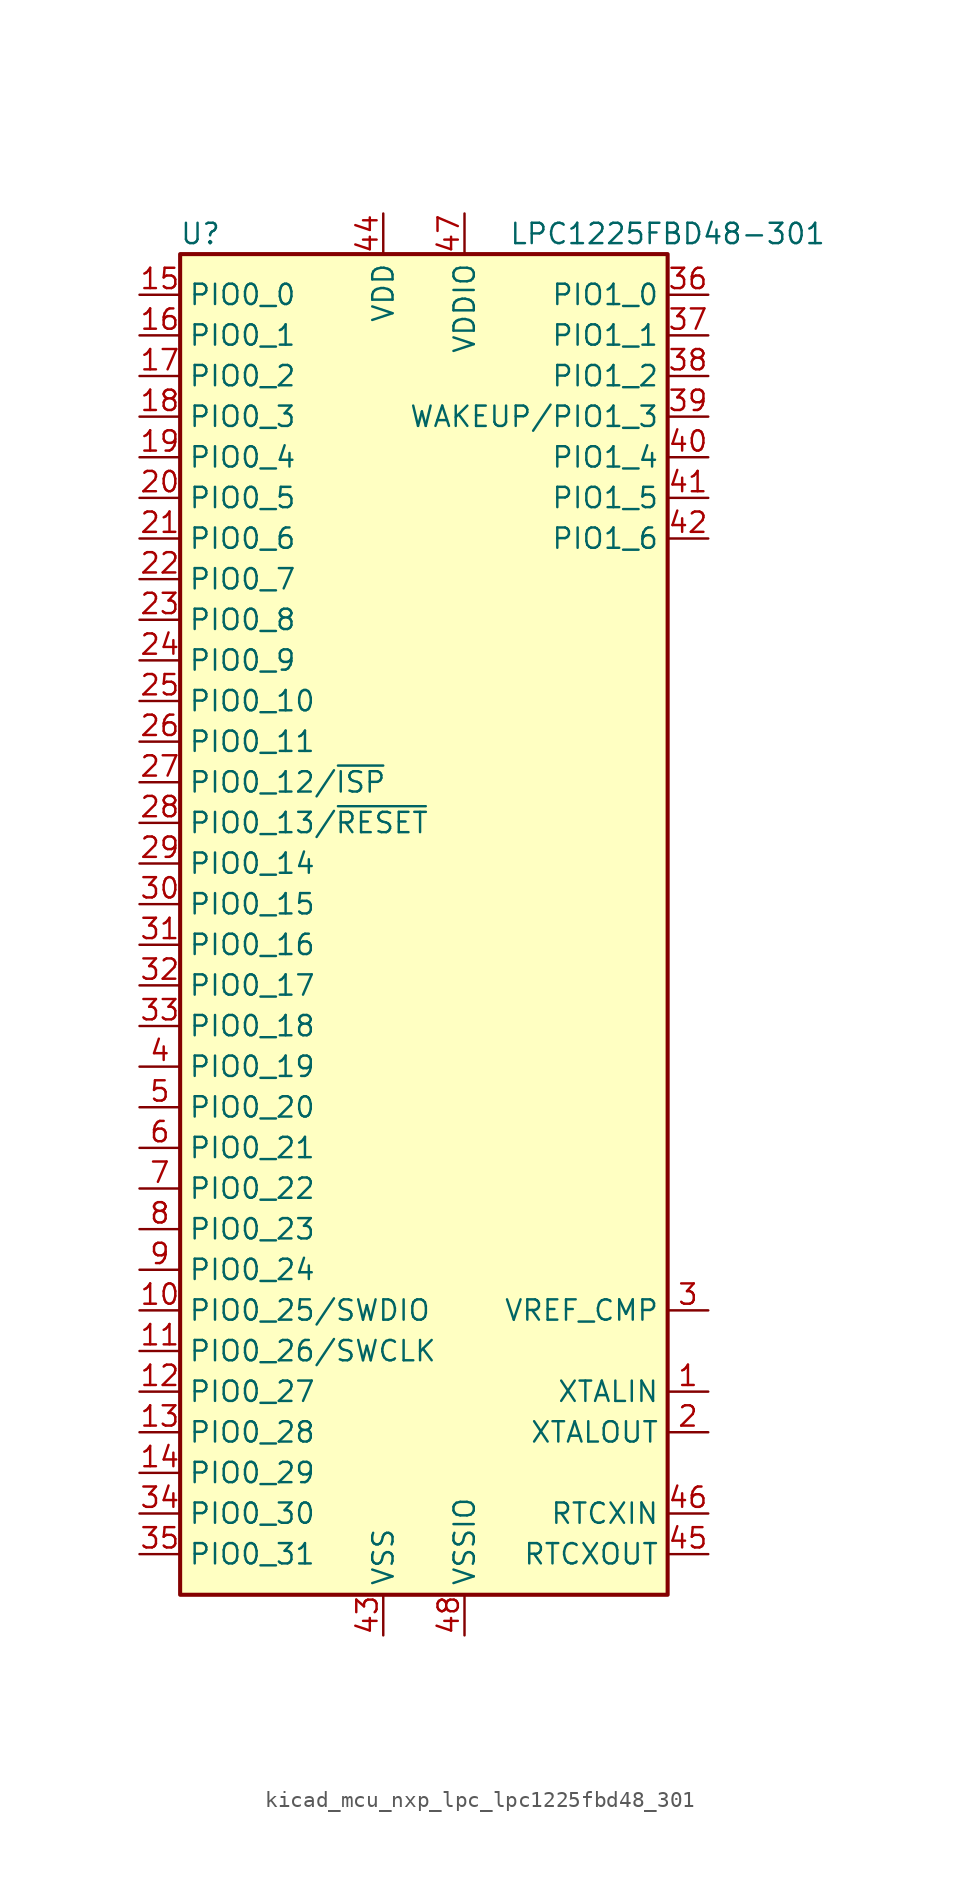
<source format=kicad_sym>
(kicad_symbol_lib
  (version 20220914)
  (generator kicad_symbol_editor)
  (symbol "kicad_mcu_nxp_lpc_lpc1225fbd48_301"
    (property "Reference" "U"
      (at -13.97 44.45 0)
      (effects (font (size 1.27 1.27))))
    (property "Value" "LPC1225FBD48-301"
      (at 15.24 44.45 0)
      (effects (font (size 1.27 1.27))))
    (symbol "kicad_mcu_nxp_lpc_lpc1225fbd48_301_0_1"
      (rectangle (start -15.24 43.18) (end 15.24 -40.64) (stroke (width 0.254) (type default)) (fill (type background))))
    (symbol "kicad_mcu_nxp_lpc_lpc1225fbd48_301_1_1"
      (pin input line (at 17.78 -27.94 180) (length 2.54) (name "XTALIN" (effects (font (size 1.27 1.27)))) (number "1" (effects (font (size 1.27 1.27)))))
      (pin bidirectional line (at -17.78 -22.86 0) (length 2.54) (name "PIO0_25/SWDIO" (effects (font (size 1.27 1.27)))) (number "10" (effects (font (size 1.27 1.27)))))
      (pin bidirectional line (at -17.78 -25.4 0) (length 2.54) (name "PIO0_26/SWCLK" (effects (font (size 1.27 1.27)))) (number "11" (effects (font (size 1.27 1.27)))))
      (pin bidirectional line (at -17.78 -27.94 0) (length 2.54) (name "PIO0_27" (effects (font (size 1.27 1.27)))) (number "12" (effects (font (size 1.27 1.27)))))
      (pin bidirectional line (at -17.78 -30.48 0) (length 2.54) (name "PIO0_28" (effects (font (size 1.27 1.27)))) (number "13" (effects (font (size 1.27 1.27)))))
      (pin bidirectional line (at -17.78 -33.02 0) (length 2.54) (name "PIO0_29" (effects (font (size 1.27 1.27)))) (number "14" (effects (font (size 1.27 1.27)))))
      (pin bidirectional line (at -17.78 40.64 0) (length 2.54) (name "PIO0_0" (effects (font (size 1.27 1.27)))) (number "15" (effects (font (size 1.27 1.27)))))
      (pin bidirectional line (at -17.78 38.1 0) (length 2.54) (name "PIO0_1" (effects (font (size 1.27 1.27)))) (number "16" (effects (font (size 1.27 1.27)))))
      (pin bidirectional line (at -17.78 35.56 0) (length 2.54) (name "PIO0_2" (effects (font (size 1.27 1.27)))) (number "17" (effects (font (size 1.27 1.27)))))
      (pin bidirectional line (at -17.78 33.02 0) (length 2.54) (name "PIO0_3" (effects (font (size 1.27 1.27)))) (number "18" (effects (font (size 1.27 1.27)))))
      (pin bidirectional line (at -17.78 30.48 0) (length 2.54) (name "PIO0_4" (effects (font (size 1.27 1.27)))) (number "19" (effects (font (size 1.27 1.27)))))
      (pin output line (at 17.78 -30.48 180) (length 2.54) (name "XTALOUT" (effects (font (size 1.27 1.27)))) (number "2" (effects (font (size 1.27 1.27)))))
      (pin bidirectional line (at -17.78 27.94 0) (length 2.54) (name "PIO0_5" (effects (font (size 1.27 1.27)))) (number "20" (effects (font (size 1.27 1.27)))))
      (pin bidirectional line (at -17.78 25.4 0) (length 2.54) (name "PIO0_6" (effects (font (size 1.27 1.27)))) (number "21" (effects (font (size 1.27 1.27)))))
      (pin bidirectional line (at -17.78 22.86 0) (length 2.54) (name "PIO0_7" (effects (font (size 1.27 1.27)))) (number "22" (effects (font (size 1.27 1.27)))))
      (pin bidirectional line (at -17.78 20.32 0) (length 2.54) (name "PIO0_8" (effects (font (size 1.27 1.27)))) (number "23" (effects (font (size 1.27 1.27)))))
      (pin bidirectional line (at -17.78 17.78 0) (length 2.54) (name "PIO0_9" (effects (font (size 1.27 1.27)))) (number "24" (effects (font (size 1.27 1.27)))))
      (pin bidirectional line (at -17.78 15.24 0) (length 2.54) (name "PIO0_10" (effects (font (size 1.27 1.27)))) (number "25" (effects (font (size 1.27 1.27)))))
      (pin bidirectional line (at -17.78 12.7 0) (length 2.54) (name "PIO0_11" (effects (font (size 1.27 1.27)))) (number "26" (effects (font (size 1.27 1.27)))))
      (pin bidirectional line (at -17.78 10.16 0) (length 2.54) (name "PIO0_12/~{ISP}" (effects (font (size 1.27 1.27)))) (number "27" (effects (font (size 1.27 1.27)))))
      (pin bidirectional line (at -17.78 7.62 0) (length 2.54) (name "PIO0_13/~{RESET}" (effects (font (size 1.27 1.27)))) (number "28" (effects (font (size 1.27 1.27)))))
      (pin bidirectional line (at -17.78 5.08 0) (length 2.54) (name "PIO0_14" (effects (font (size 1.27 1.27)))) (number "29" (effects (font (size 1.27 1.27)))))
      (pin input line (at 17.78 -22.86 180) (length 2.54) (name "VREF_CMP" (effects (font (size 1.27 1.27)))) (number "3" (effects (font (size 1.27 1.27)))))
      (pin bidirectional line (at -17.78 2.54 0) (length 2.54) (name "PIO0_15" (effects (font (size 1.27 1.27)))) (number "30" (effects (font (size 1.27 1.27)))))
      (pin bidirectional line (at -17.78 0 0) (length 2.54) (name "PIO0_16" (effects (font (size 1.27 1.27)))) (number "31" (effects (font (size 1.27 1.27)))))
      (pin bidirectional line (at -17.78 -2.54 0) (length 2.54) (name "PIO0_17" (effects (font (size 1.27 1.27)))) (number "32" (effects (font (size 1.27 1.27)))))
      (pin bidirectional line (at -17.78 -5.08 0) (length 2.54) (name "PIO0_18" (effects (font (size 1.27 1.27)))) (number "33" (effects (font (size 1.27 1.27)))))
      (pin bidirectional line (at -17.78 -35.56 0) (length 2.54) (name "PIO0_30" (effects (font (size 1.27 1.27)))) (number "34" (effects (font (size 1.27 1.27)))))
      (pin bidirectional line (at -17.78 -38.1 0) (length 2.54) (name "PIO0_31" (effects (font (size 1.27 1.27)))) (number "35" (effects (font (size 1.27 1.27)))))
      (pin bidirectional line (at 17.78 40.64 180) (length 2.54) (name "PIO1_0" (effects (font (size 1.27 1.27)))) (number "36" (effects (font (size 1.27 1.27)))))
      (pin bidirectional line (at 17.78 38.1 180) (length 2.54) (name "PIO1_1" (effects (font (size 1.27 1.27)))) (number "37" (effects (font (size 1.27 1.27)))))
      (pin bidirectional line (at 17.78 35.56 180) (length 2.54) (name "PIO1_2" (effects (font (size 1.27 1.27)))) (number "38" (effects (font (size 1.27 1.27)))))
      (pin bidirectional line (at 17.78 33.02 180) (length 2.54) (name "WAKEUP/PIO1_3" (effects (font (size 1.27 1.27)))) (number "39" (effects (font (size 1.27 1.27)))))
      (pin bidirectional line (at -17.78 -7.62 0) (length 2.54) (name "PIO0_19" (effects (font (size 1.27 1.27)))) (number "4" (effects (font (size 1.27 1.27)))))
      (pin bidirectional line (at 17.78 30.48 180) (length 2.54) (name "PIO1_4" (effects (font (size 1.27 1.27)))) (number "40" (effects (font (size 1.27 1.27)))))
      (pin bidirectional line (at 17.78 27.94 180) (length 2.54) (name "PIO1_5" (effects (font (size 1.27 1.27)))) (number "41" (effects (font (size 1.27 1.27)))))
      (pin bidirectional line (at 17.78 25.4 180) (length 2.54) (name "PIO1_6" (effects (font (size 1.27 1.27)))) (number "42" (effects (font (size 1.27 1.27)))))
      (pin power_in line (at -2.54 -43.18 90) (length 2.54) (name "VSS" (effects (font (size 1.27 1.27)))) (number "43" (effects (font (size 1.27 1.27)))))
      (pin power_in line (at -2.54 45.72 270) (length 2.54) (name "VDD" (effects (font (size 1.27 1.27)))) (number "44" (effects (font (size 1.27 1.27)))))
      (pin output line (at 17.78 -38.1 180) (length 2.54) (name "RTCXOUT" (effects (font (size 1.27 1.27)))) (number "45" (effects (font (size 1.27 1.27)))))
      (pin input line (at 17.78 -35.56 180) (length 2.54) (name "RTCXIN" (effects (font (size 1.27 1.27)))) (number "46" (effects (font (size 1.27 1.27)))))
      (pin power_in line (at 2.54 45.72 270) (length 2.54) (name "VDDIO" (effects (font (size 1.27 1.27)))) (number "47" (effects (font (size 1.27 1.27)))))
      (pin power_in line (at 2.54 -43.18 90) (length 2.54) (name "VSSIO" (effects (font (size 1.27 1.27)))) (number "48" (effects (font (size 1.27 1.27)))))
      (pin bidirectional line (at -17.78 -10.16 0) (length 2.54) (name "PIO0_20" (effects (font (size 1.27 1.27)))) (number "5" (effects (font (size 1.27 1.27)))))
      (pin bidirectional line (at -17.78 -12.7 0) (length 2.54) (name "PIO0_21" (effects (font (size 1.27 1.27)))) (number "6" (effects (font (size 1.27 1.27)))))
      (pin bidirectional line (at -17.78 -15.24 0) (length 2.54) (name "PIO0_22" (effects (font (size 1.27 1.27)))) (number "7" (effects (font (size 1.27 1.27)))))
      (pin bidirectional line (at -17.78 -17.78 0) (length 2.54) (name "PIO0_23" (effects (font (size 1.27 1.27)))) (number "8" (effects (font (size 1.27 1.27)))))
      (pin bidirectional line (at -17.78 -20.32 0) (length 2.54) (name "PIO0_24" (effects (font (size 1.27 1.27)))) (number "9" (effects (font (size 1.27 1.27))))))))
</source>
